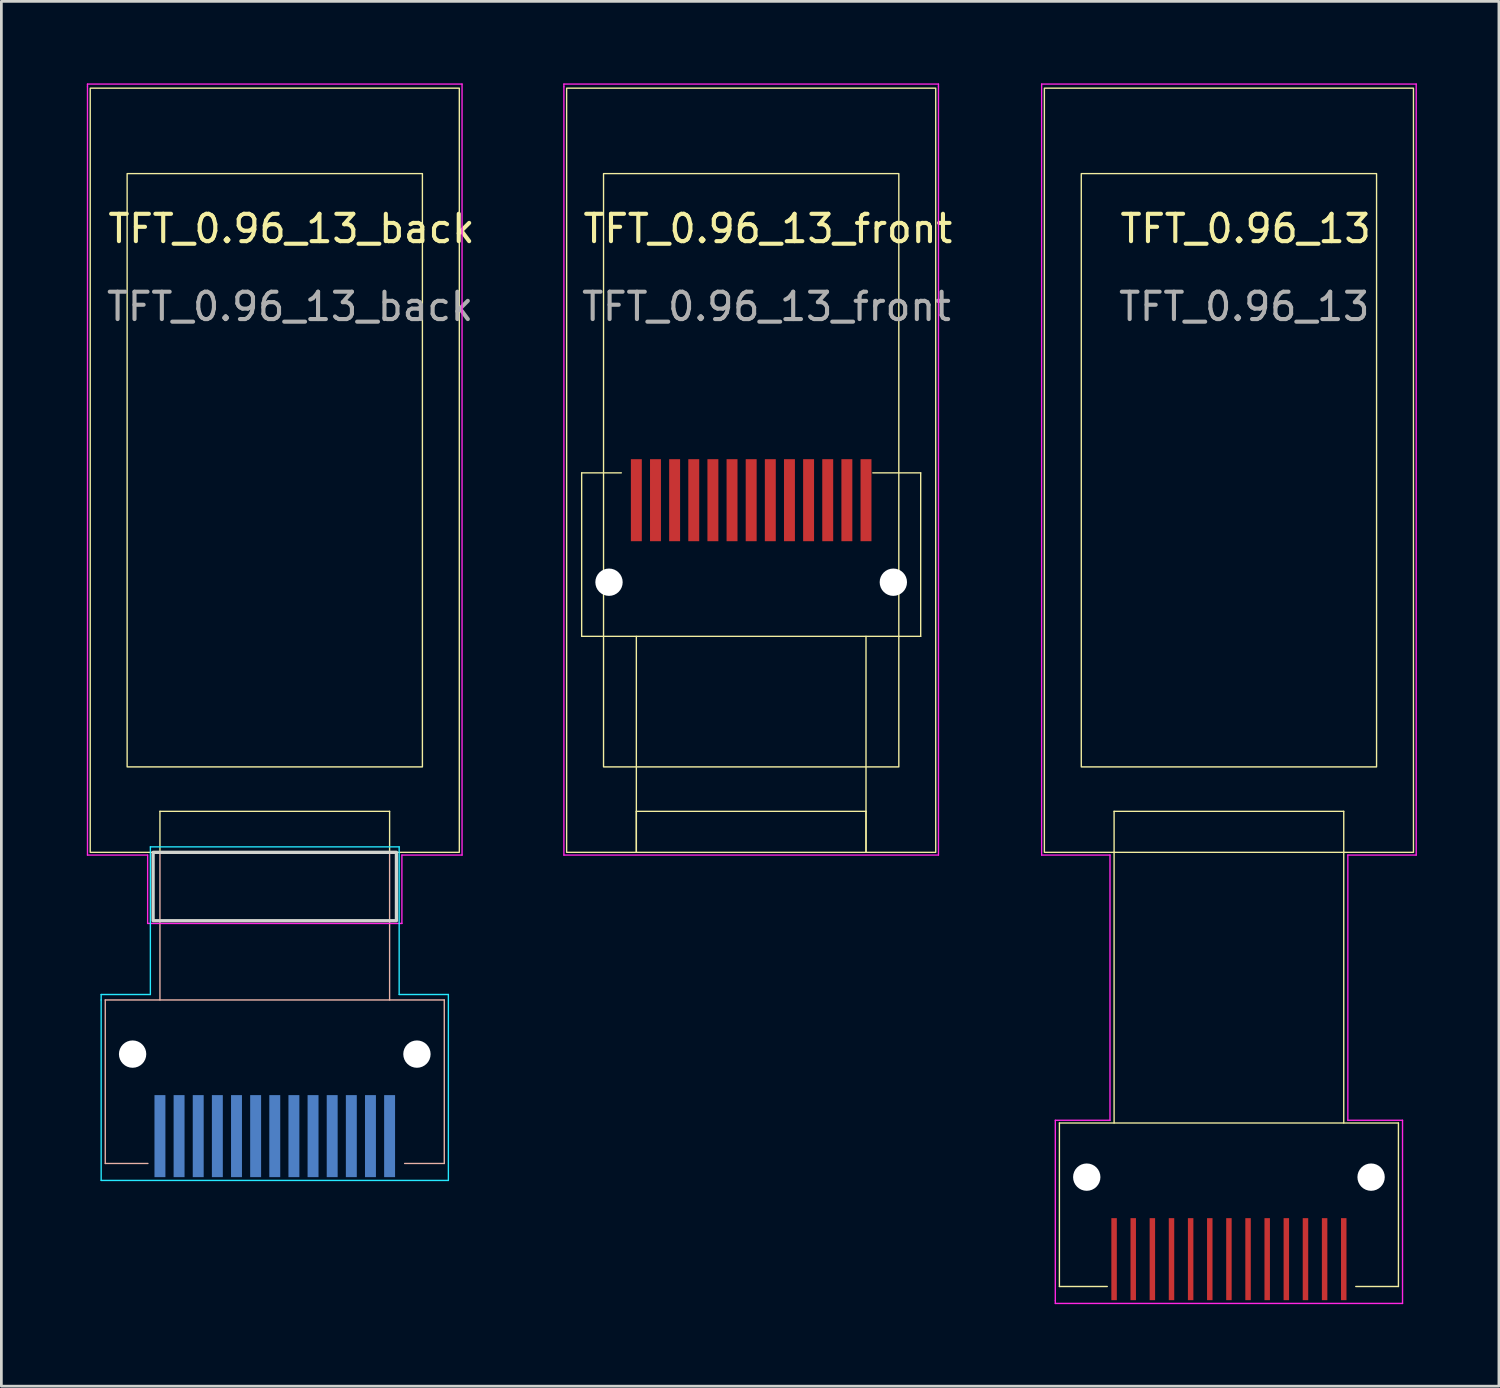
<source format=kicad_pcb>
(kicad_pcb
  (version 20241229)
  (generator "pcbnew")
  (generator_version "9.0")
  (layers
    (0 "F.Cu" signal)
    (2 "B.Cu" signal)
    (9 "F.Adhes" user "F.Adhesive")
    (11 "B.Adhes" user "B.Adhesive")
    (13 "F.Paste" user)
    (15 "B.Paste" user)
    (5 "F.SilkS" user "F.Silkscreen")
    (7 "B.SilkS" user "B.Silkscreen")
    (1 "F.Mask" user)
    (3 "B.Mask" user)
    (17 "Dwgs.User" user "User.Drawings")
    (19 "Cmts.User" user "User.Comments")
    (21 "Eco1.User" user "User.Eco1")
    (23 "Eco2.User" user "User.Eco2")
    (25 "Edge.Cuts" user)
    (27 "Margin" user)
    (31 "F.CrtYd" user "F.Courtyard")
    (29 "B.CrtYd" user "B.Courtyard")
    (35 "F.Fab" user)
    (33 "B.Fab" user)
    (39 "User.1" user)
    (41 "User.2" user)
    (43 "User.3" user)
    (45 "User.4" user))
  (footprint "TFT_0.96_13_front"
    (layer "F.Cu")
    (at 17.675 28.125)
    (property "Reference" "TFT_0.96_13_front" (at 7.36 -22.81 0) (unlocked yes) (layer "F.SilkS") (effects (font (size 1 1) (thickness 0.15))))
    (attr smd)
    (fp_line (start 0.55 -13.88) (end 0.55 -7.9) (stroke (width 0.05) (type solid)) (layer "F.SilkS"))
    (fp_line (start 0.55 -13.88) (end 2 -13.88) (stroke (width 0.05) (type solid)) (layer "F.SilkS"))
    (fp_line (start 0.55 -7.9) (end 12.95 -7.9) (stroke (width 0.05) (type solid)) (layer "F.SilkS"))
    (fp_line (start 2.55 -1.5) (end 2.55 0) (stroke (width 0.05) (type solid)) (layer "F.SilkS"))
    (fp_line (start 2.55 -1.5) (end 10.95 -1.5) (stroke (width 0.05) (type solid)) (layer "F.SilkS"))
    (fp_line (start 2.55 0) (end 2.55 -7.9) (stroke (width 0.05) (type solid)) (layer "F.SilkS"))
    (fp_line (start 10.95 -1.5) (end 10.95 0) (stroke (width 0.05) (type solid)) (layer "F.SilkS"))
    (fp_line (start 10.95 0) (end 10.95 -7.9) (stroke (width 0.05) (type solid)) (layer "F.SilkS"))
    (fp_line (start 12.95 -13.88) (end 11.2 -13.88) (stroke (width 0.05) (type solid)) (layer "F.SilkS"))
    (fp_line (start 12.95 -7.9) (end 12.95 -13.88) (stroke (width 0.05) (type solid)) (layer "F.SilkS"))
    (fp_rect (start 1.35 -3.125) (end 12.15 -24.825) (stroke (width 0.05) (type solid)) (fill no) (layer "F.SilkS"))
    (fp_rect (start 13.5 0) (end 0 -27.95) (stroke (width 0.05) (type solid)) (fill no) (layer "F.SilkS"))
    (fp_line (start -0.1 -28.1) (end -0.1 -28) (stroke (width 0.05) (type solid)) (layer "F.CrtYd"))
    (fp_line (start -0.1 -28) (end -0.1 0.1) (stroke (width 0.05) (type solid)) (layer "F.CrtYd"))
    (fp_line (start -0.1 0.1) (end 13.6 0.1) (stroke (width 0.05) (type solid)) (layer "F.CrtYd"))
    (fp_line (start 13.6 -28.1) (end -0.1 -28.1) (stroke (width 0.05) (type solid)) (layer "F.CrtYd"))
    (fp_line (start 13.6 -28) (end 13.6 -28.1) (stroke (width 0.05) (type solid)) (layer "F.CrtYd"))
    (fp_line (start 13.6 0.1) (end 13.6 -28) (stroke (width 0.05) (type solid)) (layer "F.CrtYd"))
    (fp_text user "${REFERENCE}" (at 7.31 -19.96 0) (unlocked yes) (layer "F.Fab") (effects (font (size 1 1) (thickness 0.15))))
    (pad "" np_thru_hole circle (at 1.55 -9.88 180) (size 1 1) (drill 1) (layers "*.Cu" "*.Mask"))
    (pad "" np_thru_hole circle (at 11.95 -9.88 180) (size 1 1) (drill 1) (layers "*.Cu" "*.Mask"))
    (pad "1" smd rect (at 10.95 -12.88 180) (size 0.4 3) (layers "F.Cu" "F.Mask" "F.Paste"))
    (pad "2" smd rect (at 10.25 -12.88 180) (size 0.4 3) (layers "F.Cu" "F.Mask" "F.Paste"))
    (pad "3" smd rect (at 9.55 -12.88 180) (size 0.4 3) (layers "F.Cu" "F.Mask" "F.Paste"))
    (pad "4" smd rect (at 8.85 -12.88 180) (size 0.4 3) (layers "F.Cu" "F.Mask" "F.Paste"))
    (pad "5" smd rect (at 8.15 -12.88 180) (size 0.4 3) (layers "F.Cu" "F.Mask" "F.Paste"))
    (pad "6" smd rect (at 7.45 -12.88 180) (size 0.4 3) (layers "F.Cu" "F.Mask" "F.Paste"))
    (pad "7" smd rect (at 6.75 -12.88 180) (size 0.4 3) (layers "F.Cu" "F.Mask" "F.Paste"))
    (pad "8" smd rect (at 6.05 -12.88 180) (size 0.4 3) (layers "F.Cu" "F.Mask" "F.Paste"))
    (pad "9" smd rect (at 5.35 -12.88 180) (size 0.4 3) (layers "F.Cu" "F.Mask" "F.Paste"))
    (pad "10" smd rect (at 4.65 -12.88 180) (size 0.4 3) (layers "F.Cu" "F.Mask" "F.Paste"))
    (pad "11" smd rect (at 3.95 -12.88 180) (size 0.4 3) (layers "F.Cu" "F.Mask" "F.Paste"))
    (pad "12" smd rect (at 3.25 -12.88 180) (size 0.4 3) (layers "F.Cu" "F.Mask" "F.Paste"))
    (pad "13" smd rect (at 2.55 -12.88 180) (size 0.4 3) (layers "F.Cu" "F.Mask" "F.Paste")))
  (footprint "TFT_0.96_13_back"
    (layer "F.Cu")
    (at 0.25 28.125)
    (property "Reference" "TFT_0.96_13_back" (at 7.36 -22.81 0) (unlocked yes) (layer "F.SilkS") (effects (font (size 1 1) (thickness 0.15))))
    (attr smd)
    (fp_line (start 2.55 -1.5) (end 2.55 0) (stroke (width 0.05) (type solid)) (layer "F.SilkS"))
    (fp_line (start 2.55 -1.5) (end 10.95 -1.5) (stroke (width 0.05) (type solid)) (layer "F.SilkS"))
    (fp_line (start 10.95 -1.5) (end 10.95 0) (stroke (width 0.05) (type solid)) (layer "F.SilkS"))
    (fp_rect (start 1.35 -3.125) (end 12.15 -24.825) (stroke (width 0.05) (type solid)) (fill no) (layer "F.SilkS"))
    (fp_rect (start 13.5 0) (end 0 -27.95) (stroke (width 0.05) (type solid)) (fill no) (layer "F.SilkS"))
    (fp_line (start 0.55 5.4) (end 12.95 5.4) (stroke (width 0.05) (type solid)) (layer "B.SilkS"))
    (fp_line (start 0.55 11.38) (end 0.55 5.4) (stroke (width 0.05) (type solid)) (layer "B.SilkS"))
    (fp_line (start 0.55 11.38) (end 2.11 11.38) (stroke (width 0.05) (type solid)) (layer "B.SilkS"))
    (fp_line (start 2.55 0) (end 2.55 5.4) (stroke (width 0.05) (type solid)) (layer "B.SilkS"))
    (fp_line (start 10.95 0) (end 10.95 5.4) (stroke (width 0.05) (type solid)) (layer "B.SilkS"))
    (fp_line (start 12.95 5.4) (end 12.95 11.38) (stroke (width 0.05) (type solid)) (layer "B.SilkS"))
    (fp_line (start 12.95 11.38) (end 11.5 11.38) (stroke (width 0.05) (type solid)) (layer "B.SilkS"))
    (fp_rect (start 2.3 0) (end 11.2 2.5) (stroke (width 0.12) (type solid)) (fill no) (layer "Edge.Cuts"))
    (fp_line (start 0.4 5.2) (end 2.2 5.2) (stroke (width 0.05) (type solid)) (layer "B.CrtYd"))
    (fp_line (start 0.4 5.4) (end 0.4 5.2) (stroke (width 0.05) (type solid)) (layer "B.CrtYd"))
    (fp_line (start 0.4 5.4) (end 0.4 12) (stroke (width 0.05) (type solid)) (layer "B.CrtYd"))
    (fp_line (start 0.4 12) (end 13.1 12) (stroke (width 0.05) (type solid)) (layer "B.CrtYd"))
    (fp_line (start 2.2 -0.2) (end 11.3 -0.2) (stroke (width 0.05) (type solid)) (layer "B.CrtYd"))
    (fp_line (start 2.2 5.2) (end 2.2 -0.2) (stroke (width 0.05) (type solid)) (layer "B.CrtYd"))
    (fp_line (start 11.3 5.2) (end 11.3 -0.2) (stroke (width 0.05) (type solid)) (layer "B.CrtYd"))
    (fp_line (start 13.1 5.2) (end 11.3 5.2) (stroke (width 0.05) (type solid)) (layer "B.CrtYd"))
    (fp_line (start 13.1 12) (end 13.1 5.2) (stroke (width 0.05) (type solid)) (layer "B.CrtYd"))
    (fp_line (start -0.1 -28.1) (end -0.1 -28) (stroke (width 0.05) (type solid)) (layer "F.CrtYd"))
    (fp_line (start -0.1 -28) (end -0.1 0.1) (stroke (width 0.05) (type solid)) (layer "F.CrtYd"))
    (fp_line (start -0.1 0.1) (end 2.1 0.1) (stroke (width 0.05) (type solid)) (layer "F.CrtYd"))
    (fp_line (start 2.1 2.6) (end 2.1 0.1) (stroke (width 0.05) (type solid)) (layer "F.CrtYd"))
    (fp_line (start 11.4 0.1) (end 11.4 2.6) (stroke (width 0.05) (type solid)) (layer "F.CrtYd"))
    (fp_line (start 11.4 2.6) (end 2.1 2.6) (stroke (width 0.05) (type solid)) (layer "F.CrtYd"))
    (fp_line (start 13.6 -28.1) (end -0.1 -28.1) (stroke (width 0.05) (type solid)) (layer "F.CrtYd"))
    (fp_line (start 13.6 0.1) (end 11.4 0.1) (stroke (width 0.05) (type solid)) (layer "F.CrtYd"))
    (fp_line (start 13.6 0.1) (end 13.6 -28.1) (stroke (width 0.05) (type solid)) (layer "F.CrtYd"))
    (fp_text user "${REFERENCE}" (at 7.31 -19.96 0) (unlocked yes) (layer "F.Fab") (effects (font (size 1 1) (thickness 0.15))))
    (pad "" np_thru_hole circle (at 1.55 7.38) (size 1 1) (drill 1) (layers "*.Cu" "*.Mask"))
    (pad "" np_thru_hole circle (at 11.95 7.38) (size 1 1) (drill 1) (layers "*.Cu" "*.Mask"))
    (pad "1" smd rect (at 10.95 10.38) (size 0.4 3) (layers "B.Cu" "B.Mask" "B.Paste"))
    (pad "2" smd rect (at 10.25 10.38) (size 0.4 3) (layers "B.Cu" "B.Mask" "B.Paste"))
    (pad "3" smd rect (at 9.55 10.38) (size 0.4 3) (layers "B.Cu" "B.Mask" "B.Paste"))
    (pad "4" smd rect (at 8.85 10.38) (size 0.4 3) (layers "B.Cu" "B.Mask" "B.Paste"))
    (pad "5" smd rect (at 8.15 10.38) (size 0.4 3) (layers "B.Cu" "B.Mask" "B.Paste"))
    (pad "6" smd rect (at 7.45 10.38) (size 0.4 3) (layers "B.Cu" "B.Mask" "B.Paste"))
    (pad "7" smd rect (at 6.75 10.38) (size 0.4 3) (layers "B.Cu" "B.Mask" "B.Paste"))
    (pad "8" smd rect (at 6.05 10.38) (size 0.4 3) (layers "B.Cu" "B.Mask" "B.Paste"))
    (pad "9" smd rect (at 5.35 10.38) (size 0.4 3) (layers "B.Cu" "B.Mask" "B.Paste"))
    (pad "10" smd rect (at 4.65 10.38) (size 0.4 3) (layers "B.Cu" "B.Mask" "B.Paste"))
    (pad "11" smd rect (at 3.95 10.38) (size 0.4 3) (layers "B.Cu" "B.Mask" "B.Paste"))
    (pad "12" smd rect (at 3.25 10.38) (size 0.4 3) (layers "B.Cu" "B.Mask" "B.Paste"))
    (pad "13" smd rect (at 2.55 10.38) (size 0.4 3) (layers "B.Cu" "B.Mask" "B.Paste")))
  (footprint "TFT_0.96_13"
    (layer "F.Cu")
    (at 35.149 28.125)
    (property "Reference" "TFT_0.96_13" (at 7.36 -22.81 0) (unlocked yes) (layer "F.SilkS") (effects (font (size 1 1) (thickness 0.15))))
    (attr smd)
    (fp_line (start 0.55 9.9) (end 0.55 15.88) (stroke (width 0.05) (type solid)) (layer "F.SilkS"))
    (fp_line (start 0.55 15.88) (end 2.3 15.88) (stroke (width 0.05) (type solid)) (layer "F.SilkS"))
    (fp_line (start 2.55 -1.5) (end 2.55 0) (stroke (width 0.05) (type solid)) (layer "F.SilkS"))
    (fp_line (start 2.55 -1.5) (end 10.95 -1.5) (stroke (width 0.05) (type solid)) (layer "F.SilkS"))
    (fp_line (start 2.55 0) (end 2.55 9.9) (stroke (width 0.05) (type solid)) (layer "F.SilkS"))
    (fp_line (start 10.95 -1.5) (end 10.95 0) (stroke (width 0.05) (type solid)) (layer "F.SilkS"))
    (fp_line (start 10.95 0) (end 10.95 9.9) (stroke (width 0.05) (type solid)) (layer "F.SilkS"))
    (fp_line (start 12.95 9.9) (end 0.55 9.9) (stroke (width 0.05) (type solid)) (layer "F.SilkS"))
    (fp_line (start 12.95 15.88) (end 11.39 15.88) (stroke (width 0.05) (type solid)) (layer "F.SilkS"))
    (fp_line (start 12.95 15.88) (end 12.95 9.9) (stroke (width 0.05) (type solid)) (layer "F.SilkS"))
    (fp_rect (start 1.35 -3.125) (end 12.15 -24.825) (stroke (width 0.05) (type solid)) (fill no) (layer "F.SilkS"))
    (fp_rect (start 13.5 0) (end 0 -27.95) (stroke (width 0.05) (type solid)) (fill no) (layer "F.SilkS"))
    (fp_line (start -0.1 -28.1) (end -0.1 0.1) (stroke (width 0.05) (type solid)) (layer "F.CrtYd"))
    (fp_line (start -0.1 0.1) (end 2.4 0.1) (stroke (width 0.05) (type solid)) (layer "F.CrtYd"))
    (fp_line (start 0.4 9.8) (end 0.4 16.4) (stroke (width 0.05) (type solid)) (layer "F.CrtYd"))
    (fp_line (start 0.4 16.4) (end 0.4 16.5) (stroke (width 0.05) (type solid)) (layer "F.CrtYd"))
    (fp_line (start 0.4 16.5) (end 13.1 16.5) (stroke (width 0.05) (type solid)) (layer "F.CrtYd"))
    (fp_line (start 2.4 0.1) (end 2.4 9.8) (stroke (width 0.05) (type solid)) (layer "F.CrtYd"))
    (fp_line (start 2.4 9.8) (end 0.4 9.8) (stroke (width 0.05) (type solid)) (layer "F.CrtYd"))
    (fp_line (start 11.1 0.1) (end 13.6 0.1) (stroke (width 0.05) (type solid)) (layer "F.CrtYd"))
    (fp_line (start 11.1 9.8) (end 11.1 0.1) (stroke (width 0.05) (type solid)) (layer "F.CrtYd"))
    (fp_line (start 13.1 9.8) (end 11.1 9.8) (stroke (width 0.05) (type solid)) (layer "F.CrtYd"))
    (fp_line (start 13.1 16.5) (end 13.1 9.8) (stroke (width 0.05) (type solid)) (layer "F.CrtYd"))
    (fp_line (start 13.6 -28.1) (end -0.1 -28.1) (stroke (width 0.05) (type solid)) (layer "F.CrtYd"))
    (fp_line (start 13.6 0.1) (end 13.6 -28.1) (stroke (width 0.05) (type solid)) (layer "F.CrtYd"))
    (fp_text user "${REFERENCE}" (at 7.31 -19.96 0) (unlocked yes) (layer "F.Fab") (effects (font (size 1 1) (thickness 0.15))))
    (pad "" np_thru_hole circle (at 1.55 11.88) (size 1 1) (drill 1) (layers "*.Cu" "*.Mask"))
    (pad "" np_thru_hole circle (at 11.95 11.88) (size 1 1) (drill 1) (layers "*.Cu" "*.Mask"))
    (pad "1" smd rect (at 10.95 14.88) (size 0.2 3) (layers "F.Cu" "F.Mask" "F.Paste"))
    (pad "2" smd rect (at 10.25 14.88) (size 0.2 3) (layers "F.Cu" "F.Mask" "F.Paste"))
    (pad "3" smd rect (at 9.55 14.88) (size 0.2 3) (layers "F.Cu" "F.Mask" "F.Paste"))
    (pad "4" smd rect (at 8.85 14.88) (size 0.2 3) (layers "F.Cu" "F.Mask" "F.Paste"))
    (pad "5" smd rect (at 8.15 14.88) (size 0.2 3) (layers "F.Cu" "F.Mask" "F.Paste"))
    (pad "6" smd rect (at 7.45 14.88) (size 0.2 3) (layers "F.Cu" "F.Mask" "F.Paste"))
    (pad "7" smd rect (at 6.75 14.88) (size 0.2 3) (layers "F.Cu" "F.Mask" "F.Paste"))
    (pad "8" smd rect (at 6.05 14.88) (size 0.2 3) (layers "F.Cu" "F.Mask" "F.Paste"))
    (pad "9" smd rect (at 5.35 14.88) (size 0.2 3) (layers "F.Cu" "F.Mask" "F.Paste"))
    (pad "10" smd rect (at 4.65 14.88) (size 0.2 3) (layers "F.Cu" "F.Mask" "F.Paste"))
    (pad "11" smd rect (at 3.95 14.88) (size 0.2 3) (layers "F.Cu" "F.Mask" "F.Paste"))
    (pad "12" smd rect (at 3.25 14.88) (size 0.2 3) (layers "F.Cu" "F.Mask" "F.Paste"))
    (pad "13" smd rect (at 2.55 14.88) (size 0.2 3) (layers "F.Cu" "F.Mask" "F.Paste")))
  (gr_rect
    (start -3 -3)
    (end 51.774 47.65)
    (stroke (width 0.1) (type default))
    (fill no)
    (layer "Edge.Cuts")))
</source>
